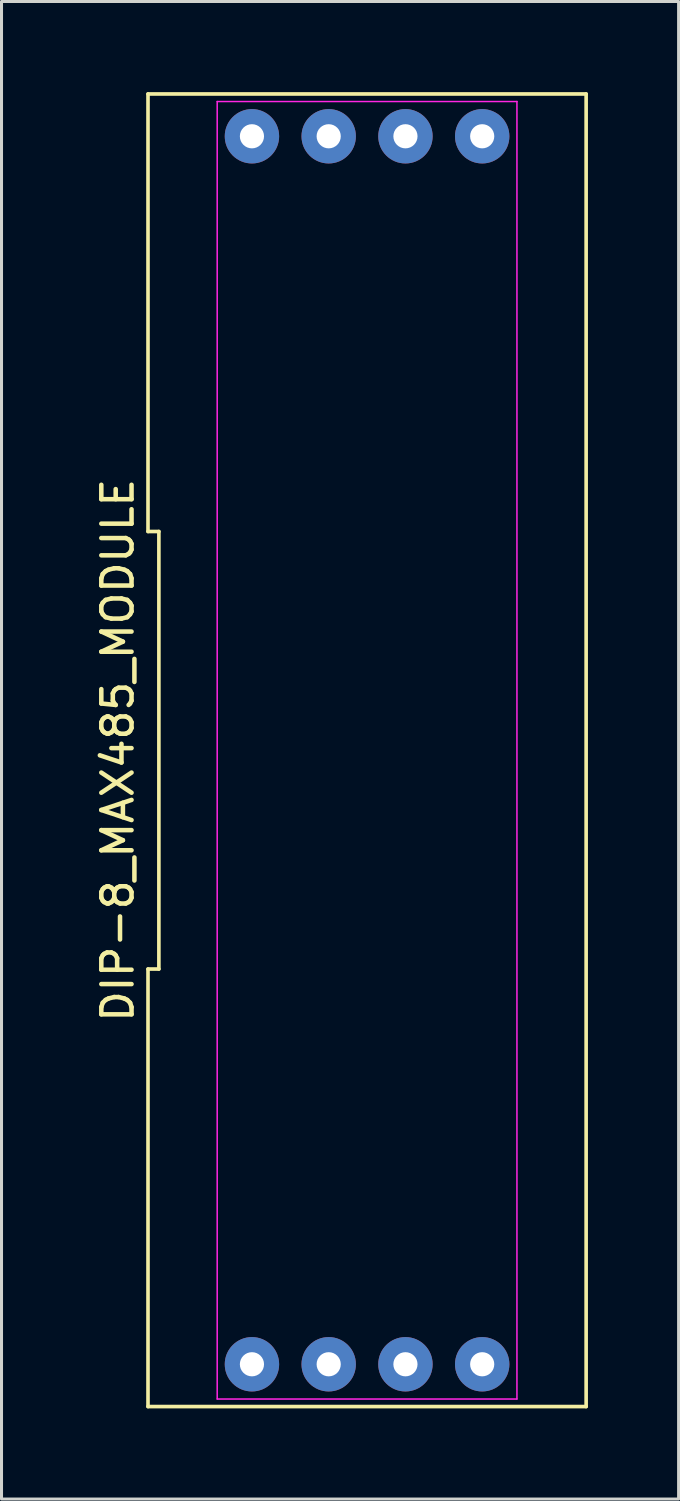
<source format=kicad_pcb>
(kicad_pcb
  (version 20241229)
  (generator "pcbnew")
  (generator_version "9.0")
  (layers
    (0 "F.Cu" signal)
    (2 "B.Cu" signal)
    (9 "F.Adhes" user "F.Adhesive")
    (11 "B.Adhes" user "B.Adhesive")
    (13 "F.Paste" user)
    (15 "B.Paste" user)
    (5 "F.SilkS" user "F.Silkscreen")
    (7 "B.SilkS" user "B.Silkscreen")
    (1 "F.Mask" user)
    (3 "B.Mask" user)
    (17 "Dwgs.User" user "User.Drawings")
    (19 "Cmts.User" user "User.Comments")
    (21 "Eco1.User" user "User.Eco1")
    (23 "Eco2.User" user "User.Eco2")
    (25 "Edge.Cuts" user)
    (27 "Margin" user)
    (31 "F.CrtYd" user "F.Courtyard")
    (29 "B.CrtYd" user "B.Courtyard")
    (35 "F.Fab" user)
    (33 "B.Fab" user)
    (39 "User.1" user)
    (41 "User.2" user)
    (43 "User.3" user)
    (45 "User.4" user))
  (footprint "DIP-8_MAX485_MODULE"
    (layer "F.Cu")
    (at 9.098 21.78)
    (property "Reference" "DIP-8_MAX485_MODULE" (at -8.25 0 90) (layer "F.SilkS") (effects (font (size 1 1) (thickness 0.15))))
    (attr through_hole)
    (fp_line (start -7.25 -7.24) (end -6.89 -7.24) (stroke (width 0.12) (type solid)) (layer "F.SilkS"))
    (fp_line (start -7.25 7.24) (end -7.25 21.72) (stroke (width 0.12) (type solid)) (layer "F.SilkS"))
    (fp_line (start -7.25 21.72) (end 7.25 21.72) (stroke (width 0.12) (type solid)) (layer "F.SilkS"))
    (fp_line (start -7.25 -21.72) (end -7.25 -7.24) (stroke (width 0.12) (type solid)) (layer "F.SilkS"))
    (fp_line (start -6.89 -7.24) (end -6.89 7.24) (stroke (width 0.12) (type solid)) (layer "F.SilkS"))
    (fp_line (start -6.89 7.24) (end -7.25 7.24) (stroke (width 0.12) (type solid)) (layer "F.SilkS"))
    (fp_line (start 7.25 21.72) (end 7.25 -21.72) (stroke (width 0.12) (type solid)) (layer "F.SilkS"))
    (fp_line (start 7.25 -21.72) (end -7.25 -21.72) (stroke (width 0.12) (type solid)) (layer "F.SilkS"))
    (fp_line (start -4.96 -21.47) (end 4.96 -21.47) (stroke (width 0.05) (type solid)) (layer "F.CrtYd"))
    (fp_line (start -4.96 21.47) (end -4.96 -21.47) (stroke (width 0.05) (type solid)) (layer "F.CrtYd"))
    (fp_line (start 4.96 -21.47) (end 4.96 21.47) (stroke (width 0.05) (type solid)) (layer "F.CrtYd"))
    (fp_line (start 4.96 21.47) (end -4.96 21.47) (stroke (width 0.05) (type solid)) (layer "F.CrtYd"))
    (pad "1" thru_hole circle (at -3.81 20.32) (size 1.8 1.8) (drill 0.8) (layers "*.Cu" "*.Mask"))
    (pad "2" thru_hole circle (at -1.27 20.32) (size 1.8 1.8) (drill 0.8) (layers "*.Cu" "*.Mask"))
    (pad "3" thru_hole circle (at 1.27 20.32) (size 1.8 1.8) (drill 0.8) (layers "*.Cu" "*.Mask"))
    (pad "4" thru_hole circle (at 3.81 20.32) (size 1.8 1.8) (drill 0.8) (layers "*.Cu" "*.Mask"))
    (pad "5" thru_hole circle (at 3.81 -20.32) (size 1.8 1.8) (drill 0.8) (layers "*.Cu" "*.Mask"))
    (pad "6" thru_hole circle (at 1.27 -20.32) (size 1.8 1.8) (drill 0.8) (layers "*.Cu" "*.Mask"))
    (pad "7" thru_hole circle (at -1.27 -20.32) (size 1.8 1.8) (drill 0.8) (layers "*.Cu" "*.Mask"))
    (pad "8" thru_hole circle (at -3.81 -20.32) (size 1.8 1.8) (drill 0.8) (layers "*.Cu" "*.Mask")))
  (gr_rect
    (start -3 -3)
    (end 19.408 46.56)
    (stroke (width 0.1) (type default))
    (fill no)
    (layer "Edge.Cuts")))
</source>
